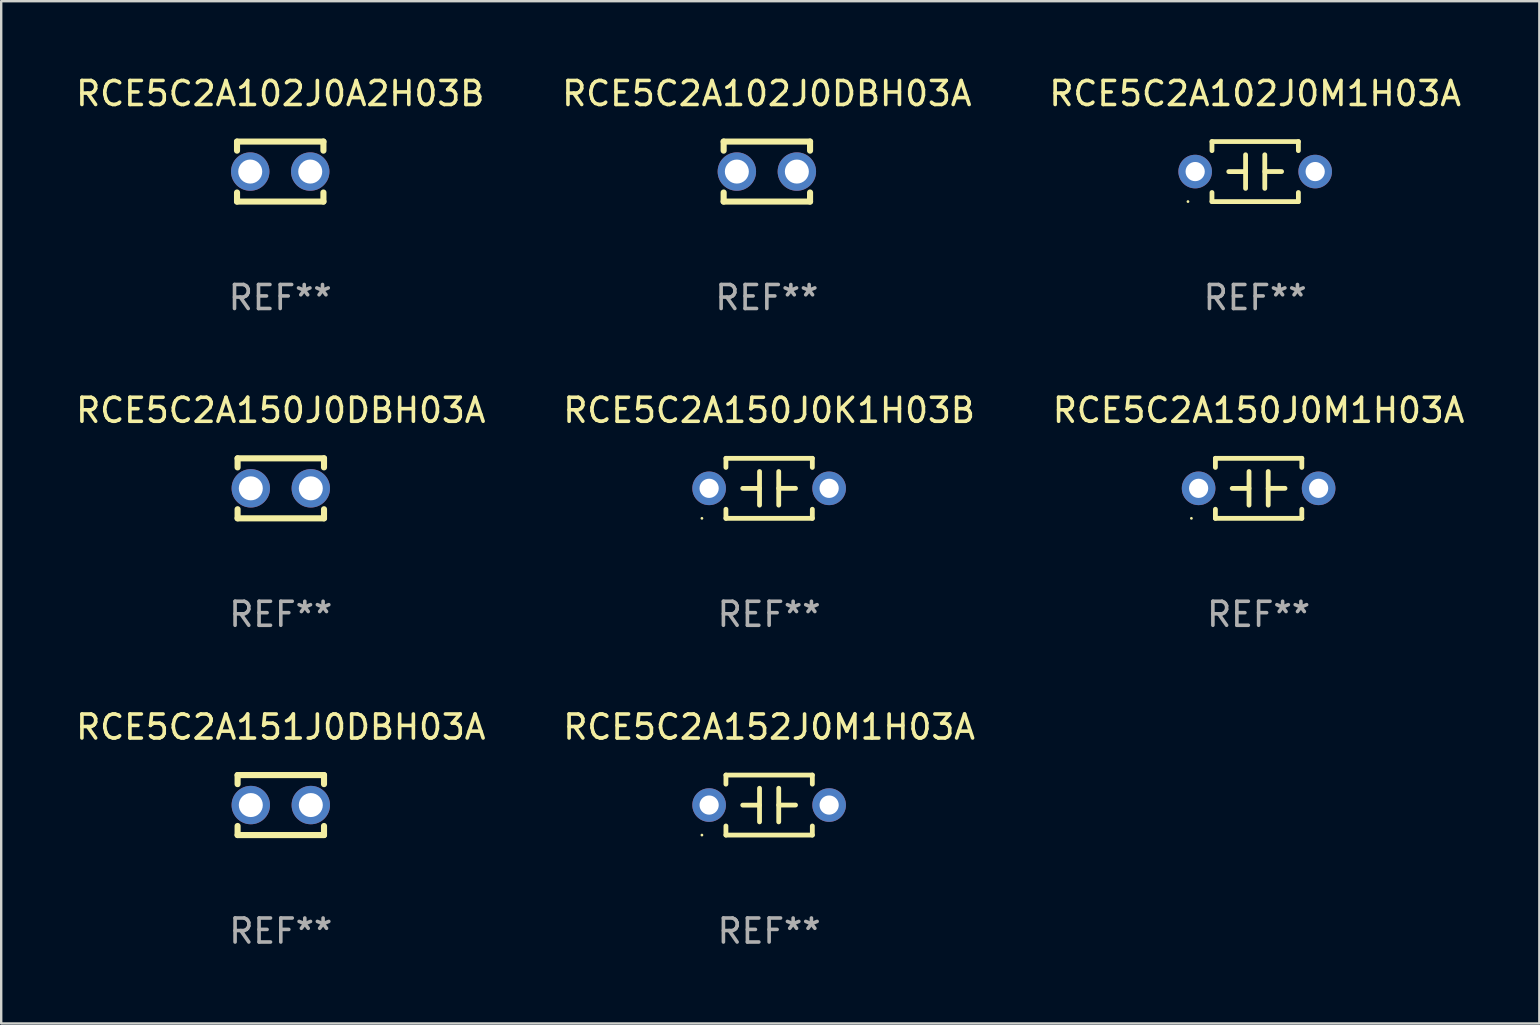
<source format=kicad_pcb>
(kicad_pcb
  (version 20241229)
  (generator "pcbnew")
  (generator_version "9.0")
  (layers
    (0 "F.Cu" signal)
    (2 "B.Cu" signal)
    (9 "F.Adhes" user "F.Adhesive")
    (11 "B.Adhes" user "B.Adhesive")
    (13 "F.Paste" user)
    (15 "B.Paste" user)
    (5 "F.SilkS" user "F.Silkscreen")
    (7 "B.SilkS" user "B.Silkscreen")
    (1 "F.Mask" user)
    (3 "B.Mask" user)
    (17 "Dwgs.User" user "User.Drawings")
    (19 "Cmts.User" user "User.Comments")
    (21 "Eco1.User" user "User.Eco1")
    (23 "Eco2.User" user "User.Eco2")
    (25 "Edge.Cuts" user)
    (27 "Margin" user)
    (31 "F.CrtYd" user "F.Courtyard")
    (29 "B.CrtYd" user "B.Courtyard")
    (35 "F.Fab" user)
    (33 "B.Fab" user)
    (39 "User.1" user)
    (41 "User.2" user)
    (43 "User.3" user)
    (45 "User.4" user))
  (footprint "RCE5C2A150J0DBH03A"
    (layer "F.Cu")
    (at 8.649 17.295)
    (property "Reference" "RCE5C2A150J0DBH03A" (at 0 -3.25 0) (layer "F.SilkS") (effects (font (size 1 1) (thickness 0.15))))
    (attr through_hole)
    (fp_line (start -1.8 -1.25) (end -1.8 -0.872) (stroke (width 0.254) (type solid)) (layer "F.SilkS"))
    (fp_line (start -1.8 -1.25) (end 1.8 -1.25) (stroke (width 0.254) (type solid)) (layer "F.SilkS"))
    (fp_line (start -1.8 0.872) (end -1.8 1.25) (stroke (width 0.254) (type solid)) (layer "F.SilkS"))
    (fp_line (start -1.8 1.25) (end 1.8 1.25) (stroke (width 0.254) (type solid)) (layer "F.SilkS"))
    (fp_line (start 1.8 -1.25) (end 1.8 -0.872) (stroke (width 0.254) (type solid)) (layer "F.SilkS"))
    (fp_line (start 1.8 0.872) (end 1.8 1.25) (stroke (width 0.254) (type solid)) (layer "F.SilkS"))
    (fp_circle (center -1.8 1.25) (end -1.77 1.25) (stroke (width 0.06) (type solid)) (fill no) (layer "F.SilkS"))
    (fp_text user "REF**" (at 0 5.25 0) (layer "F.Fab") (effects (font (size 1 1) (thickness 0.15))))
    (pad "1" thru_hole circle (at -1.25 0) (size 1.6 1.6) (drill 1) (layers "*.Cu" "*.Mask"))
    (pad "2" thru_hole circle (at 1.25 0) (size 1.6 1.6) (drill 1) (layers "*.Cu" "*.Mask")))
  (footprint "RCE5C2A102J0M1H03A"
    (layer "F.Cu")
    (at 49.244 4.098)
    (property "Reference" "RCE5C2A102J0M1H03A" (at 0 -3.25 0) (layer "F.SilkS") (effects (font (size 1 1) (thickness 0.15))))
    (attr through_hole)
    (fp_line (start -1.8 -1.25) (end -1.8 -0.872) (stroke (width 0.2) (type solid)) (layer "F.SilkS"))
    (fp_line (start -1.8 -1.25) (end 1.8 -1.25) (stroke (width 0.2) (type solid)) (layer "F.SilkS"))
    (fp_line (start -1.8 0.872) (end -1.8 1.25) (stroke (width 0.2) (type solid)) (layer "F.SilkS"))
    (fp_line (start -1.8 1.25) (end 1.8 1.25) (stroke (width 0.2) (type solid)) (layer "F.SilkS"))
    (fp_line (start -0.4 -0.7) (end -0.4 0.7) (stroke (width 0.2) (type solid)) (layer "F.SilkS"))
    (fp_line (start -0.4 0.002) (end -1.1 0.002) (stroke (width 0.2) (type solid)) (layer "F.SilkS"))
    (fp_line (start 0.4 -0.001) (end 1.1 -0.001) (stroke (width 0.2) (type solid)) (layer "F.SilkS"))
    (fp_line (start 0.4 0.7) (end 0.4 -0.7) (stroke (width 0.2) (type solid)) (layer "F.SilkS"))
    (fp_line (start 1.8 -1.25) (end 1.8 -0.872) (stroke (width 0.2) (type solid)) (layer "F.SilkS"))
    (fp_line (start 1.8 0.872) (end 1.8 1.25) (stroke (width 0.2) (type solid)) (layer "F.SilkS"))
    (fp_circle (center -2.8 1.25) (end -2.77 1.25) (stroke (width 0.06) (type solid)) (fill no) (layer "F.SilkS"))
    (fp_text user "REF**" (at 0 5.25 0) (layer "F.Fab") (effects (font (size 1 1) (thickness 0.15))))
    (pad "1" thru_hole circle (at -2.5 0) (size 1.4 1.4) (drill 0.8) (layers "*.Cu" "*.Mask"))
    (pad "2" thru_hole circle (at 2.5 0) (size 1.4 1.4) (drill 0.8) (layers "*.Cu" "*.Mask")))
  (footprint "RCE5C2A102J0DBH03A"
    (layer "F.Cu")
    (at 28.899 4.098)
    (property "Reference" "RCE5C2A102J0DBH03A" (at 0 -3.25 0) (layer "F.SilkS") (effects (font (size 1 1) (thickness 0.15))))
    (attr through_hole)
    (fp_line (start -1.8 -1.25) (end -1.8 -0.872) (stroke (width 0.254) (type solid)) (layer "F.SilkS"))
    (fp_line (start -1.8 -1.25) (end 1.8 -1.25) (stroke (width 0.254) (type solid)) (layer "F.SilkS"))
    (fp_line (start -1.8 0.872) (end -1.8 1.25) (stroke (width 0.254) (type solid)) (layer "F.SilkS"))
    (fp_line (start -1.8 1.25) (end 1.8 1.25) (stroke (width 0.254) (type solid)) (layer "F.SilkS"))
    (fp_line (start 1.8 -1.25) (end 1.8 -0.872) (stroke (width 0.254) (type solid)) (layer "F.SilkS"))
    (fp_line (start 1.8 0.872) (end 1.8 1.25) (stroke (width 0.254) (type solid)) (layer "F.SilkS"))
    (fp_circle (center -1.8 1.25) (end -1.77 1.25) (stroke (width 0.06) (type solid)) (fill no) (layer "F.SilkS"))
    (fp_text user "REF**" (at 0 5.25 0) (layer "F.Fab") (effects (font (size 1 1) (thickness 0.15))))
    (pad "1" thru_hole circle (at -1.25 0) (size 1.6 1.6) (drill 1) (layers "*.Cu" "*.Mask"))
    (pad "2" thru_hole circle (at 1.25 0) (size 1.6 1.6) (drill 1) (layers "*.Cu" "*.Mask")))
  (footprint "RCE5C2A151J0DBH03A"
    (layer "F.Cu")
    (at 8.649 30.491)
    (property "Reference" "RCE5C2A151J0DBH03A" (at 0 -3.25 0) (layer "F.SilkS") (effects (font (size 1 1) (thickness 0.15))))
    (attr through_hole)
    (fp_line (start -1.8 -1.25) (end -1.8 -0.872) (stroke (width 0.254) (type solid)) (layer "F.SilkS"))
    (fp_line (start -1.8 -1.25) (end 1.8 -1.25) (stroke (width 0.254) (type solid)) (layer "F.SilkS"))
    (fp_line (start -1.8 0.872) (end -1.8 1.25) (stroke (width 0.254) (type solid)) (layer "F.SilkS"))
    (fp_line (start -1.8 1.25) (end 1.8 1.25) (stroke (width 0.254) (type solid)) (layer "F.SilkS"))
    (fp_line (start 1.8 -1.25) (end 1.8 -0.872) (stroke (width 0.254) (type solid)) (layer "F.SilkS"))
    (fp_line (start 1.8 0.872) (end 1.8 1.25) (stroke (width 0.254) (type solid)) (layer "F.SilkS"))
    (fp_circle (center -1.8 1.25) (end -1.77 1.25) (stroke (width 0.06) (type solid)) (fill no) (layer "F.SilkS"))
    (fp_text user "REF**" (at 0 5.25 0) (layer "F.Fab") (effects (font (size 1 1) (thickness 0.15))))
    (pad "1" thru_hole circle (at -1.25 0) (size 1.6 1.6) (drill 1) (layers "*.Cu" "*.Mask"))
    (pad "2" thru_hole circle (at 1.25 0) (size 1.6 1.6) (drill 1) (layers "*.Cu" "*.Mask")))
  (footprint "RCE5C2A152J0M1H03A"
    (layer "F.Cu")
    (at 28.994 30.491)
    (property "Reference" "RCE5C2A152J0M1H03A" (at 0 -3.25 0) (layer "F.SilkS") (effects (font (size 1 1) (thickness 0.15))))
    (attr through_hole)
    (fp_line (start -1.8 -1.25) (end -1.8 -0.872) (stroke (width 0.2) (type solid)) (layer "F.SilkS"))
    (fp_line (start -1.8 -1.25) (end 1.8 -1.25) (stroke (width 0.2) (type solid)) (layer "F.SilkS"))
    (fp_line (start -1.8 0.872) (end -1.8 1.25) (stroke (width 0.2) (type solid)) (layer "F.SilkS"))
    (fp_line (start -1.8 1.25) (end 1.8 1.25) (stroke (width 0.2) (type solid)) (layer "F.SilkS"))
    (fp_line (start -0.4 -0.7) (end -0.4 0.7) (stroke (width 0.2) (type solid)) (layer "F.SilkS"))
    (fp_line (start -0.4 0.002) (end -1.1 0.002) (stroke (width 0.2) (type solid)) (layer "F.SilkS"))
    (fp_line (start 0.4 -0.001) (end 1.1 -0.001) (stroke (width 0.2) (type solid)) (layer "F.SilkS"))
    (fp_line (start 0.4 0.7) (end 0.4 -0.7) (stroke (width 0.2) (type solid)) (layer "F.SilkS"))
    (fp_line (start 1.8 -1.25) (end 1.8 -0.872) (stroke (width 0.2) (type solid)) (layer "F.SilkS"))
    (fp_line (start 1.8 0.872) (end 1.8 1.25) (stroke (width 0.2) (type solid)) (layer "F.SilkS"))
    (fp_circle (center -2.8 1.25) (end -2.77 1.25) (stroke (width 0.06) (type solid)) (fill no) (layer "F.SilkS"))
    (fp_text user "REF**" (at 0 5.25 0) (layer "F.Fab") (effects (font (size 1 1) (thickness 0.15))))
    (pad "1" thru_hole circle (at -2.5 0) (size 1.4 1.4) (drill 0.8) (layers "*.Cu" "*.Mask"))
    (pad "2" thru_hole circle (at 2.5 0) (size 1.4 1.4) (drill 0.8) (layers "*.Cu" "*.Mask")))
  (footprint "RCE5C2A150J0K1H03B"
    (layer "F.Cu")
    (at 28.994 17.295)
    (property "Reference" "RCE5C2A150J0K1H03B" (at 0 -3.25 0) (layer "F.SilkS") (effects (font (size 1 1) (thickness 0.15))))
    (attr through_hole)
    (fp_line (start -1.8 -1.25) (end -1.8 -0.872) (stroke (width 0.2) (type solid)) (layer "F.SilkS"))
    (fp_line (start -1.8 -1.25) (end 1.8 -1.25) (stroke (width 0.2) (type solid)) (layer "F.SilkS"))
    (fp_line (start -1.8 0.872) (end -1.8 1.25) (stroke (width 0.2) (type solid)) (layer "F.SilkS"))
    (fp_line (start -1.8 1.25) (end 1.8 1.25) (stroke (width 0.2) (type solid)) (layer "F.SilkS"))
    (fp_line (start -0.4 -0.7) (end -0.4 0.7) (stroke (width 0.2) (type solid)) (layer "F.SilkS"))
    (fp_line (start -0.4 0.002) (end -1.1 0.002) (stroke (width 0.2) (type solid)) (layer "F.SilkS"))
    (fp_line (start 0.4 -0.001) (end 1.1 -0.001) (stroke (width 0.2) (type solid)) (layer "F.SilkS"))
    (fp_line (start 0.4 0.7) (end 0.4 -0.7) (stroke (width 0.2) (type solid)) (layer "F.SilkS"))
    (fp_line (start 1.8 -1.25) (end 1.8 -0.872) (stroke (width 0.2) (type solid)) (layer "F.SilkS"))
    (fp_line (start 1.8 0.872) (end 1.8 1.25) (stroke (width 0.2) (type solid)) (layer "F.SilkS"))
    (fp_circle (center -2.8 1.25) (end -2.77 1.25) (stroke (width 0.06) (type solid)) (fill no) (layer "F.SilkS"))
    (fp_text user "REF**" (at 0 5.25 0) (layer "F.Fab") (effects (font (size 1 1) (thickness 0.15))))
    (pad "1" thru_hole circle (at -2.5 0) (size 1.4 1.4) (drill 0.8) (layers "*.Cu" "*.Mask"))
    (pad "2" thru_hole circle (at 2.5 0) (size 1.4 1.4) (drill 0.8) (layers "*.Cu" "*.Mask")))
  (footprint "RCE5C2A150J0M1H03A"
    (layer "F.Cu")
    (at 49.387 17.295)
    (property "Reference" "RCE5C2A150J0M1H03A" (at 0 -3.25 0) (layer "F.SilkS") (effects (font (size 1 1) (thickness 0.15))))
    (attr through_hole)
    (fp_line (start -1.8 -1.25) (end -1.8 -0.872) (stroke (width 0.2) (type solid)) (layer "F.SilkS"))
    (fp_line (start -1.8 -1.25) (end 1.8 -1.25) (stroke (width 0.2) (type solid)) (layer "F.SilkS"))
    (fp_line (start -1.8 0.872) (end -1.8 1.25) (stroke (width 0.2) (type solid)) (layer "F.SilkS"))
    (fp_line (start -1.8 1.25) (end 1.8 1.25) (stroke (width 0.2) (type solid)) (layer "F.SilkS"))
    (fp_line (start -0.4 -0.7) (end -0.4 0.7) (stroke (width 0.2) (type solid)) (layer "F.SilkS"))
    (fp_line (start -0.4 0.002) (end -1.1 0.002) (stroke (width 0.2) (type solid)) (layer "F.SilkS"))
    (fp_line (start 0.4 -0.001) (end 1.1 -0.001) (stroke (width 0.2) (type solid)) (layer "F.SilkS"))
    (fp_line (start 0.4 0.7) (end 0.4 -0.7) (stroke (width 0.2) (type solid)) (layer "F.SilkS"))
    (fp_line (start 1.8 -1.25) (end 1.8 -0.872) (stroke (width 0.2) (type solid)) (layer "F.SilkS"))
    (fp_line (start 1.8 0.872) (end 1.8 1.25) (stroke (width 0.2) (type solid)) (layer "F.SilkS"))
    (fp_circle (center -2.8 1.25) (end -2.77 1.25) (stroke (width 0.06) (type solid)) (fill no) (layer "F.SilkS"))
    (fp_text user "REF**" (at 0 5.25 0) (layer "F.Fab") (effects (font (size 1 1) (thickness 0.15))))
    (pad "1" thru_hole circle (at -2.5 0) (size 1.4 1.4) (drill 0.8) (layers "*.Cu" "*.Mask"))
    (pad "2" thru_hole circle (at 2.5 0) (size 1.4 1.4) (drill 0.8) (layers "*.Cu" "*.Mask")))
  (footprint "RCE5C2A102J0A2H03B"
    (layer "F.Cu")
    (at 8.625 4.098)
    (property "Reference" "RCE5C2A102J0A2H03B" (at 0 -3.25 0) (layer "F.SilkS") (effects (font (size 1 1) (thickness 0.15))))
    (attr through_hole)
    (fp_line (start -1.8 -1.25) (end -1.8 -0.872) (stroke (width 0.254) (type solid)) (layer "F.SilkS"))
    (fp_line (start -1.8 -1.25) (end 1.8 -1.25) (stroke (width 0.254) (type solid)) (layer "F.SilkS"))
    (fp_line (start -1.8 0.872) (end -1.8 1.25) (stroke (width 0.254) (type solid)) (layer "F.SilkS"))
    (fp_line (start -1.8 1.25) (end 1.8 1.25) (stroke (width 0.254) (type solid)) (layer "F.SilkS"))
    (fp_line (start 1.8 -1.25) (end 1.8 -0.872) (stroke (width 0.254) (type solid)) (layer "F.SilkS"))
    (fp_line (start 1.8 0.872) (end 1.8 1.25) (stroke (width 0.254) (type solid)) (layer "F.SilkS"))
    (fp_circle (center -1.8 1.25) (end -1.77 1.25) (stroke (width 0.06) (type solid)) (fill no) (layer "F.SilkS"))
    (fp_text user "REF**" (at 0 5.25 0) (layer "F.Fab") (effects (font (size 1 1) (thickness 0.15))))
    (pad "1" thru_hole circle (at -1.25 0) (size 1.6 1.6) (drill 1) (layers "*.Cu" "*.Mask"))
    (pad "2" thru_hole circle (at 1.25 0) (size 1.6 1.6) (drill 1) (layers "*.Cu" "*.Mask")))
  (gr_rect
    (start -3 -3)
    (end 61.083 39.59)
    (stroke (width 0.1) (type default))
    (fill no)
    (layer "Edge.Cuts")))
</source>
